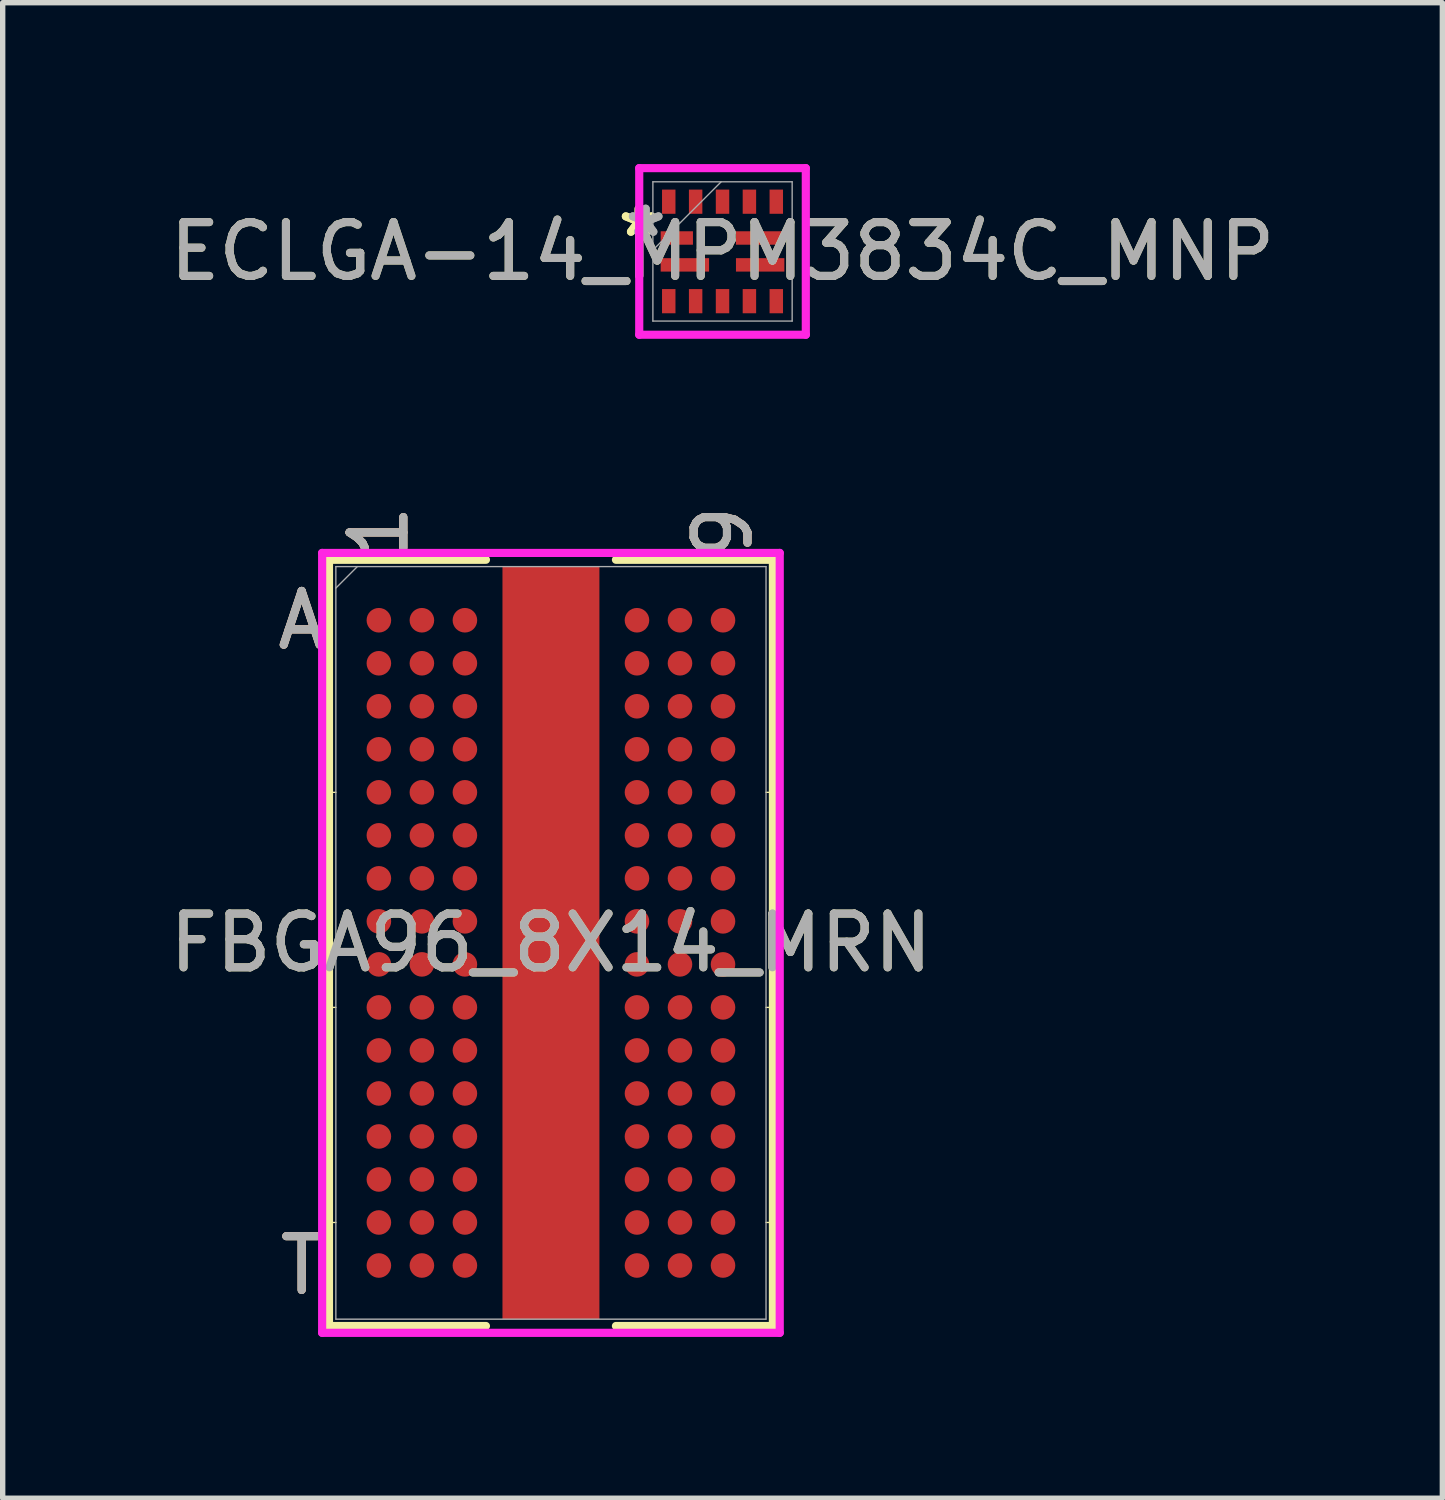
<source format=kicad_pcb>
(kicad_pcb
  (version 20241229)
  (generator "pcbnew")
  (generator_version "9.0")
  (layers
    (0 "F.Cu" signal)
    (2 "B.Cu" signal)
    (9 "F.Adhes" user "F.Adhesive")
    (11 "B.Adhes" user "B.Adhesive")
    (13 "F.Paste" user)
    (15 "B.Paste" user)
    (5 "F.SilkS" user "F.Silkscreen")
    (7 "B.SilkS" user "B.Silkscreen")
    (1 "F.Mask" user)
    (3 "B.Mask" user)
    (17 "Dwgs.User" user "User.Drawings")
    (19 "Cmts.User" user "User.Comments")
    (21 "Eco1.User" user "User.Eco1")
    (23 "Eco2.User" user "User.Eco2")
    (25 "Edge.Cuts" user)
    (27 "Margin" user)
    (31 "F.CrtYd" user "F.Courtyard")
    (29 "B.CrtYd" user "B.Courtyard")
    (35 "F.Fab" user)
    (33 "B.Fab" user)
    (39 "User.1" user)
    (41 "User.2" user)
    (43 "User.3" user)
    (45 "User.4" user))
  (footprint "FBGA96_8X14_MRN"
    (layer "F.Cu")
    (at 7.196 14.485)
    (property "Reference" "FBGA96_8X14_MRN" (at 0 0 0) (unlocked yes) (layer "F.SilkS") (effects (font (size 1 1) (thickness 0.15))))
    (attr smd)
    (fp_line (start -4.128 -7.125) (end -4.128 7.125) (stroke (width 0.152) (type solid)) (layer "F.SilkS"))
    (fp_line (start -4.128 7.125) (end -1.209 7.125) (stroke (width 0.152) (type solid)) (layer "F.SilkS"))
    (fp_line (start -4 -2.8) (end -4.255 -2.8) (stroke (width 0.025) (type solid)) (layer "F.SilkS"))
    (fp_line (start -4 1.2) (end -4.255 1.2) (stroke (width 0.025) (type solid)) (layer "F.SilkS"))
    (fp_line (start -4 5.2) (end -4.255 5.2) (stroke (width 0.025) (type solid)) (layer "F.SilkS"))
    (fp_line (start -1.209 -7.125) (end -4.128 -7.125) (stroke (width 0.152) (type solid)) (layer "F.SilkS"))
    (fp_line (start 1.209 7.125) (end 4.128 7.125) (stroke (width 0.152) (type solid)) (layer "F.SilkS"))
    (fp_line (start 4 -2.8) (end 4.255 -2.8) (stroke (width 0.025) (type solid)) (layer "F.SilkS"))
    (fp_line (start 4 1.2) (end 4.255 1.2) (stroke (width 0.025) (type solid)) (layer "F.SilkS"))
    (fp_line (start 4 5.2) (end 4.255 5.2) (stroke (width 0.025) (type solid)) (layer "F.SilkS"))
    (fp_line (start 4.128 -7.125) (end 1.209 -7.125) (stroke (width 0.152) (type solid)) (layer "F.SilkS"))
    (fp_line (start 4.128 7.125) (end 4.128 -7.125) (stroke (width 0.152) (type solid)) (layer "F.SilkS"))
    (fp_poly (pts (xy -0.802 -6.898) (xy -0.802 -5.825) (xy 0.802 -5.825) (xy 0.802 -6.898)) (stroke (width 0) (type solid)) (fill yes) (layer "F.Paste"))
    (fp_poly (pts (xy -0.802 -5.625) (xy -0.802 -4.553) (xy 0.802 -4.553) (xy 0.802 -5.625)) (stroke (width 0) (type solid)) (fill yes) (layer "F.Paste"))
    (fp_poly (pts (xy -0.802 -4.353) (xy -0.802 -3.281) (xy 0.802 -3.281) (xy 0.802 -4.353)) (stroke (width 0) (type solid)) (fill yes) (layer "F.Paste"))
    (fp_poly (pts (xy -0.802 -3.081) (xy -0.802 -2.008) (xy 0.802 -2.008) (xy 0.802 -3.081)) (stroke (width 0) (type solid)) (fill yes) (layer "F.Paste"))
    (fp_poly (pts (xy -0.802 -1.808) (xy -0.802 -0.736) (xy 0.802 -0.736) (xy 0.802 -1.808)) (stroke (width 0) (type solid)) (fill yes) (layer "F.Paste"))
    (fp_poly (pts (xy -0.802 -0.536) (xy -0.802 0.536) (xy 0.802 0.536) (xy 0.802 -0.536)) (stroke (width 0) (type solid)) (fill yes) (layer "F.Paste"))
    (fp_poly (pts (xy -0.802 0.736) (xy -0.802 1.808) (xy 0.802 1.808) (xy 0.802 0.736)) (stroke (width 0) (type solid)) (fill yes) (layer "F.Paste"))
    (fp_poly (pts (xy -0.802 2.008) (xy -0.802 3.081) (xy 0.802 3.081) (xy 0.802 2.008)) (stroke (width 0) (type solid)) (fill yes) (layer "F.Paste"))
    (fp_poly (pts (xy -0.802 3.281) (xy -0.802 4.353) (xy 0.802 4.353) (xy 0.802 3.281)) (stroke (width 0) (type solid)) (fill yes) (layer "F.Paste"))
    (fp_poly (pts (xy -0.802 4.553) (xy -0.802 5.625) (xy 0.802 5.625) (xy 0.802 4.553)) (stroke (width 0) (type solid)) (fill yes) (layer "F.Paste"))
    (fp_poly (pts (xy -0.802 5.825) (xy -0.802 6.898) (xy 0.802 6.898) (xy 0.802 5.825)) (stroke (width 0) (type solid)) (fill yes) (layer "F.Paste"))
    (fp_poly (pts (xy -4.045 -6.844) (xy 4.045 -6.844) (xy 4.045 6.844) (xy -4.045 6.844)) (stroke (width 0.1) (type solid)) (fill no) (layer "Eco2.User"))
    (fp_line (start -4.255 -7.252) (end 4.255 -7.252) (stroke (width 0.152) (type solid)) (layer "F.CrtYd"))
    (fp_line (start -4.255 7.252) (end -4.255 -7.252) (stroke (width 0.152) (type solid)) (layer "F.CrtYd"))
    (fp_line (start 4.255 -7.252) (end 4.255 7.252) (stroke (width 0.152) (type solid)) (layer "F.CrtYd"))
    (fp_line (start 4.255 7.252) (end -4.255 7.252) (stroke (width 0.152) (type solid)) (layer "F.CrtYd"))
    (fp_line (start -4 -6.998) (end -4 6.998) (stroke (width 0.025) (type solid)) (layer "F.Fab"))
    (fp_line (start -4 6.998) (end 4 6.998) (stroke (width 0.025) (type solid)) (layer "F.Fab"))
    (fp_line (start -3.6 -6.998) (end -4 -6.598) (stroke (width 0.025) (type solid)) (layer "F.Fab"))
    (fp_line (start 4 -6.998) (end -4 -6.998) (stroke (width 0.025) (type solid)) (layer "F.Fab"))
    (fp_line (start 4 6.998) (end 4 -6.998) (stroke (width 0.025) (type solid)) (layer "F.Fab"))
    (fp_text user "1" (at -3.2 -7.633 90) (unlocked yes) (layer "F.SilkS") (effects (font (size 1 1) (thickness 0.15))))
    (fp_text user "9" (at 3.2 -7.633 90) (unlocked yes) (layer "F.SilkS") (effects (font (size 1 1) (thickness 0.15))))
    (fp_text user "A" (at -4.636 -6 0) (unlocked yes) (layer "F.SilkS") (effects (font (size 1 1) (thickness 0.15))))
    (fp_text user "T" (at -4.636 6 0) (unlocked yes) (layer "F.SilkS") (effects (font (size 1 1) (thickness 0.15))))
    (fp_text user "A" (at -4.636 -6 0) (unlocked yes) (layer "B.SilkS") (effects (font (size 1 1) (thickness 0.15))))
    (fp_text user "1" (at -3.2 -7.633 90) (unlocked yes) (layer "B.SilkS") (effects (font (size 1 1) (thickness 0.15))))
    (fp_text user "9" (at 3.2 -7.633 90) (unlocked yes) (layer "B.SilkS") (effects (font (size 1 1) (thickness 0.15))))
    (fp_text user "T" (at -4.636 6 0) (unlocked yes) (layer "B.SilkS") (effects (font (size 1 1) (thickness 0.15))))
    (fp_text user "T" (at -4.636 6 0) (unlocked yes) (layer "F.Fab") (effects (font (size 1 1) (thickness 0.15))))
    (fp_text user "A" (at -4.636 -6 0) (unlocked yes) (layer "F.Fab") (effects (font (size 1 1) (thickness 0.15))))
    (fp_text user "9" (at 3.2 -7.633 90) (unlocked yes) (layer "F.Fab") (effects (font (size 1 1) (thickness 0.15))))
    (fp_text user "1" (at -3.2 -7.633 90) (unlocked yes) (layer "F.Fab") (effects (font (size 1 1) (thickness 0.15))))
    (fp_text user "${REFERENCE}" (at 0 0 0) (unlocked yes) (layer "F.Fab") (effects (font (size 1 1) (thickness 0.15))))
    (pad "97" smd rect (at 0 0) (size 1.803 13.995) (layers "F.Cu" "F.Mask"))
    (pad "A1" smd circle (at -3.2 -6) (size 0.457 0.457) (layers "F.Cu" "F.Mask" "F.Paste"))
    (pad "A2" smd circle (at -2.4 -6) (size 0.457 0.457) (layers "F.Cu" "F.Mask" "F.Paste"))
    (pad "A3" smd circle (at -1.6 -6) (size 0.457 0.457) (layers "F.Cu" "F.Mask" "F.Paste"))
    (pad "A7" smd circle (at 1.6 -6) (size 0.457 0.457) (layers "F.Cu" "F.Mask" "F.Paste"))
    (pad "A8" smd circle (at 2.4 -6) (size 0.457 0.457) (layers "F.Cu" "F.Mask" "F.Paste"))
    (pad "A9" smd circle (at 3.2 -6) (size 0.457 0.457) (layers "F.Cu" "F.Mask" "F.Paste"))
    (pad "B1" smd circle (at -3.2 -5.2) (size 0.457 0.457) (layers "F.Cu" "F.Mask" "F.Paste"))
    (pad "B2" smd circle (at -2.4 -5.2) (size 0.457 0.457) (layers "F.Cu" "F.Mask" "F.Paste"))
    (pad "B3" smd circle (at -1.6 -5.2) (size 0.457 0.457) (layers "F.Cu" "F.Mask" "F.Paste"))
    (pad "B7" smd circle (at 1.6 -5.2) (size 0.457 0.457) (layers "F.Cu" "F.Mask" "F.Paste"))
    (pad "B8" smd circle (at 2.4 -5.2) (size 0.457 0.457) (layers "F.Cu" "F.Mask" "F.Paste"))
    (pad "B9" smd circle (at 3.2 -5.2) (size 0.457 0.457) (layers "F.Cu" "F.Mask" "F.Paste"))
    (pad "C1" smd circle (at -3.2 -4.4) (size 0.457 0.457) (layers "F.Cu" "F.Mask" "F.Paste"))
    (pad "C2" smd circle (at -2.4 -4.4) (size 0.457 0.457) (layers "F.Cu" "F.Mask" "F.Paste"))
    (pad "C3" smd circle (at -1.6 -4.4) (size 0.457 0.457) (layers "F.Cu" "F.Mask" "F.Paste"))
    (pad "C7" smd circle (at 1.6 -4.4) (size 0.457 0.457) (layers "F.Cu" "F.Mask" "F.Paste"))
    (pad "C8" smd circle (at 2.4 -4.4) (size 0.457 0.457) (layers "F.Cu" "F.Mask" "F.Paste"))
    (pad "C9" smd circle (at 3.2 -4.4) (size 0.457 0.457) (layers "F.Cu" "F.Mask" "F.Paste"))
    (pad "D1" smd circle (at -3.2 -3.6) (size 0.457 0.457) (layers "F.Cu" "F.Mask" "F.Paste"))
    (pad "D2" smd circle (at -2.4 -3.6) (size 0.457 0.457) (layers "F.Cu" "F.Mask" "F.Paste"))
    (pad "D3" smd circle (at -1.6 -3.6) (size 0.457 0.457) (layers "F.Cu" "F.Mask" "F.Paste"))
    (pad "D7" smd circle (at 1.6 -3.6) (size 0.457 0.457) (layers "F.Cu" "F.Mask" "F.Paste"))
    (pad "D8" smd circle (at 2.4 -3.6) (size 0.457 0.457) (layers "F.Cu" "F.Mask" "F.Paste"))
    (pad "D9" smd circle (at 3.2 -3.6) (size 0.457 0.457) (layers "F.Cu" "F.Mask" "F.Paste"))
    (pad "E1" smd circle (at -3.2 -2.8) (size 0.457 0.457) (layers "F.Cu" "F.Mask" "F.Paste"))
    (pad "E2" smd circle (at -2.4 -2.8) (size 0.457 0.457) (layers "F.Cu" "F.Mask" "F.Paste"))
    (pad "E3" smd circle (at -1.6 -2.8) (size 0.457 0.457) (layers "F.Cu" "F.Mask" "F.Paste"))
    (pad "E7" smd circle (at 1.6 -2.8) (size 0.457 0.457) (layers "F.Cu" "F.Mask" "F.Paste"))
    (pad "E8" smd circle (at 2.4 -2.8) (size 0.457 0.457) (layers "F.Cu" "F.Mask" "F.Paste"))
    (pad "E9" smd circle (at 3.2 -2.8) (size 0.457 0.457) (layers "F.Cu" "F.Mask" "F.Paste"))
    (pad "F1" smd circle (at -3.2 -2) (size 0.457 0.457) (layers "F.Cu" "F.Mask" "F.Paste"))
    (pad "F2" smd circle (at -2.4 -2) (size 0.457 0.457) (layers "F.Cu" "F.Mask" "F.Paste"))
    (pad "F3" smd circle (at -1.6 -2) (size 0.457 0.457) (layers "F.Cu" "F.Mask" "F.Paste"))
    (pad "F7" smd circle (at 1.6 -2) (size 0.457 0.457) (layers "F.Cu" "F.Mask" "F.Paste"))
    (pad "F8" smd circle (at 2.4 -2) (size 0.457 0.457) (layers "F.Cu" "F.Mask" "F.Paste"))
    (pad "F9" smd circle (at 3.2 -2) (size 0.457 0.457) (layers "F.Cu" "F.Mask" "F.Paste"))
    (pad "G1" smd circle (at -3.2 -1.2) (size 0.457 0.457) (layers "F.Cu" "F.Mask" "F.Paste"))
    (pad "G2" smd circle (at -2.4 -1.2) (size 0.457 0.457) (layers "F.Cu" "F.Mask" "F.Paste"))
    (pad "G3" smd circle (at -1.6 -1.2) (size 0.457 0.457) (layers "F.Cu" "F.Mask" "F.Paste"))
    (pad "G7" smd circle (at 1.6 -1.2) (size 0.457 0.457) (layers "F.Cu" "F.Mask" "F.Paste"))
    (pad "G8" smd circle (at 2.4 -1.2) (size 0.457 0.457) (layers "F.Cu" "F.Mask" "F.Paste"))
    (pad "G9" smd circle (at 3.2 -1.2) (size 0.457 0.457) (layers "F.Cu" "F.Mask" "F.Paste"))
    (pad "H1" smd circle (at -3.2 -0.4) (size 0.457 0.457) (layers "F.Cu" "F.Mask" "F.Paste"))
    (pad "H2" smd circle (at -2.4 -0.4) (size 0.457 0.457) (layers "F.Cu" "F.Mask" "F.Paste"))
    (pad "H3" smd circle (at -1.6 -0.4) (size 0.457 0.457) (layers "F.Cu" "F.Mask" "F.Paste"))
    (pad "H7" smd circle (at 1.6 -0.4) (size 0.457 0.457) (layers "F.Cu" "F.Mask" "F.Paste"))
    (pad "H8" smd circle (at 2.4 -0.4) (size 0.457 0.457) (layers "F.Cu" "F.Mask" "F.Paste"))
    (pad "H9" smd circle (at 3.2 -0.4) (size 0.457 0.457) (layers "F.Cu" "F.Mask" "F.Paste"))
    (pad "J1" smd circle (at -3.2 0.4) (size 0.457 0.457) (layers "F.Cu" "F.Mask" "F.Paste"))
    (pad "J2" smd circle (at -2.4 0.4) (size 0.457 0.457) (layers "F.Cu" "F.Mask" "F.Paste"))
    (pad "J3" smd circle (at -1.6 0.4) (size 0.457 0.457) (layers "F.Cu" "F.Mask" "F.Paste"))
    (pad "J7" smd circle (at 1.6 0.4) (size 0.457 0.457) (layers "F.Cu" "F.Mask" "F.Paste"))
    (pad "J8" smd circle (at 2.4 0.4) (size 0.457 0.457) (layers "F.Cu" "F.Mask" "F.Paste"))
    (pad "J9" smd circle (at 3.2 0.4) (size 0.457 0.457) (layers "F.Cu" "F.Mask" "F.Paste"))
    (pad "K1" smd circle (at -3.2 1.2) (size 0.457 0.457) (layers "F.Cu" "F.Mask" "F.Paste"))
    (pad "K2" smd circle (at -2.4 1.2) (size 0.457 0.457) (layers "F.Cu" "F.Mask" "F.Paste"))
    (pad "K3" smd circle (at -1.6 1.2) (size 0.457 0.457) (layers "F.Cu" "F.Mask" "F.Paste"))
    (pad "K7" smd circle (at 1.6 1.2) (size 0.457 0.457) (layers "F.Cu" "F.Mask" "F.Paste"))
    (pad "K8" smd circle (at 2.4 1.2) (size 0.457 0.457) (layers "F.Cu" "F.Mask" "F.Paste"))
    (pad "K9" smd circle (at 3.2 1.2) (size 0.457 0.457) (layers "F.Cu" "F.Mask" "F.Paste"))
    (pad "L1" smd circle (at -3.2 2) (size 0.457 0.457) (layers "F.Cu" "F.Mask" "F.Paste"))
    (pad "L2" smd circle (at -2.4 2) (size 0.457 0.457) (layers "F.Cu" "F.Mask" "F.Paste"))
    (pad "L3" smd circle (at -1.6 2) (size 0.457 0.457) (layers "F.Cu" "F.Mask" "F.Paste"))
    (pad "L7" smd circle (at 1.6 2) (size 0.457 0.457) (layers "F.Cu" "F.Mask" "F.Paste"))
    (pad "L8" smd circle (at 2.4 2) (size 0.457 0.457) (layers "F.Cu" "F.Mask" "F.Paste"))
    (pad "L9" smd circle (at 3.2 2) (size 0.457 0.457) (layers "F.Cu" "F.Mask" "F.Paste"))
    (pad "M1" smd circle (at -3.2 2.8) (size 0.457 0.457) (layers "F.Cu" "F.Mask" "F.Paste"))
    (pad "M2" smd circle (at -2.4 2.8) (size 0.457 0.457) (layers "F.Cu" "F.Mask" "F.Paste"))
    (pad "M3" smd circle (at -1.6 2.8) (size 0.457 0.457) (layers "F.Cu" "F.Mask" "F.Paste"))
    (pad "M7" smd circle (at 1.6 2.8) (size 0.457 0.457) (layers "F.Cu" "F.Mask" "F.Paste"))
    (pad "M8" smd circle (at 2.4 2.8) (size 0.457 0.457) (layers "F.Cu" "F.Mask" "F.Paste"))
    (pad "M9" smd circle (at 3.2 2.8) (size 0.457 0.457) (layers "F.Cu" "F.Mask" "F.Paste"))
    (pad "N1" smd circle (at -3.2 3.6) (size 0.457 0.457) (layers "F.Cu" "F.Mask" "F.Paste"))
    (pad "N2" smd circle (at -2.4 3.6) (size 0.457 0.457) (layers "F.Cu" "F.Mask" "F.Paste"))
    (pad "N3" smd circle (at -1.6 3.6) (size 0.457 0.457) (layers "F.Cu" "F.Mask" "F.Paste"))
    (pad "N7" smd circle (at 1.6 3.6) (size 0.457 0.457) (layers "F.Cu" "F.Mask" "F.Paste"))
    (pad "N8" smd circle (at 2.4 3.6) (size 0.457 0.457) (layers "F.Cu" "F.Mask" "F.Paste"))
    (pad "N9" smd circle (at 3.2 3.6) (size 0.457 0.457) (layers "F.Cu" "F.Mask" "F.Paste"))
    (pad "P1" smd circle (at -3.2 4.4) (size 0.457 0.457) (layers "F.Cu" "F.Mask" "F.Paste"))
    (pad "P2" smd circle (at -2.4 4.4) (size 0.457 0.457) (layers "F.Cu" "F.Mask" "F.Paste"))
    (pad "P3" smd circle (at -1.6 4.4) (size 0.457 0.457) (layers "F.Cu" "F.Mask" "F.Paste"))
    (pad "P7" smd circle (at 1.6 4.4) (size 0.457 0.457) (layers "F.Cu" "F.Mask" "F.Paste"))
    (pad "P8" smd circle (at 2.4 4.4) (size 0.457 0.457) (layers "F.Cu" "F.Mask" "F.Paste"))
    (pad "P9" smd circle (at 3.2 4.4) (size 0.457 0.457) (layers "F.Cu" "F.Mask" "F.Paste"))
    (pad "R1" smd circle (at -3.2 5.2) (size 0.457 0.457) (layers "F.Cu" "F.Mask" "F.Paste"))
    (pad "R2" smd circle (at -2.4 5.2) (size 0.457 0.457) (layers "F.Cu" "F.Mask" "F.Paste"))
    (pad "R3" smd circle (at -1.6 5.2) (size 0.457 0.457) (layers "F.Cu" "F.Mask" "F.Paste"))
    (pad "R7" smd circle (at 1.6 5.2) (size 0.457 0.457) (layers "F.Cu" "F.Mask" "F.Paste"))
    (pad "R8" smd circle (at 2.4 5.2) (size 0.457 0.457) (layers "F.Cu" "F.Mask" "F.Paste"))
    (pad "R9" smd circle (at 3.2 5.2) (size 0.457 0.457) (layers "F.Cu" "F.Mask" "F.Paste"))
    (pad "T1" smd circle (at -3.2 6) (size 0.457 0.457) (layers "F.Cu" "F.Mask" "F.Paste"))
    (pad "T2" smd circle (at -2.4 6) (size 0.457 0.457) (layers "F.Cu" "F.Mask" "F.Paste"))
    (pad "T3" smd circle (at -1.6 6) (size 0.457 0.457) (layers "F.Cu" "F.Mask" "F.Paste"))
    (pad "T7" smd circle (at 1.6 6) (size 0.457 0.457) (layers "F.Cu" "F.Mask" "F.Paste"))
    (pad "T8" smd circle (at 2.4 6) (size 0.457 0.457) (layers "F.Cu" "F.Mask" "F.Paste"))
    (pad "T9" smd circle (at 3.2 6) (size 0.457 0.457) (layers "F.Cu" "F.Mask" "F.Paste")))
  (footprint "ECLGA-14_MPM3834C_MNP"
    (layer "F.Cu")
    (at 10.387 1.626)
    (property "Reference" "ECLGA-14_MPM3834C_MNP" (at 0 0 0) (unlocked yes) (layer "F.SilkS") (effects (font (size 1 1) (thickness 0.15))))
    (attr smd)
    (fp_line (start -1.549 -1.549) (end -1.549 1.549) (stroke (width 0.152) (type solid)) (layer "F.CrtYd"))
    (fp_line (start -1.549 1.549) (end 1.549 1.549) (stroke (width 0.152) (type solid)) (layer "F.CrtYd"))
    (fp_line (start 1.549 -1.549) (end -1.549 -1.549) (stroke (width 0.152) (type solid)) (layer "F.CrtYd"))
    (fp_line (start 1.549 1.549) (end 1.549 -1.549) (stroke (width 0.152) (type solid)) (layer "F.CrtYd"))
    (fp_line (start -1.295 -1.295) (end -1.295 1.295) (stroke (width 0.025) (type solid)) (layer "F.Fab"))
    (fp_line (start -1.295 -0.025) (end -0.025 -1.295) (stroke (width 0.025) (type solid)) (layer "F.Fab"))
    (fp_line (start -1.295 1.295) (end 1.295 1.295) (stroke (width 0.025) (type solid)) (layer "F.Fab"))
    (fp_line (start 1.295 -1.295) (end -1.295 -1.295) (stroke (width 0.025) (type solid)) (layer "F.Fab"))
    (fp_line (start 1.295 1.295) (end 1.295 -1.295) (stroke (width 0.025) (type solid)) (layer "F.Fab"))
    (fp_text user "*" (at -1.56 -0.25 0) (unlocked yes) (layer "F.SilkS") (effects (font (size 1 1) (thickness 0.15))))
    (fp_text user "*" (at -1.56 -0.25 0) (layer "F.SilkS") (effects (font (size 1 1) (thickness 0.15))))
    (fp_text user "*" (at -1.429 -0.25 0) (unlocked yes) (layer "F.Fab") (effects (font (size 1 1) (thickness 0.15))))
    (fp_text user "${REFERENCE}" (at 0 0 0) (unlocked yes) (layer "F.Fab") (effects (font (size 1 1) (thickness 0.15))))
    (fp_text user "*" (at -1.429 -0.25 0) (layer "F.Fab") (effects (font (size 1 1) (thickness 0.15))))
    (pad "1" smd rect (at -0.85 -0.25) (size 0.6 0.25) (layers "F.Cu" "F.Mask" "F.Paste"))
    (pad "2" smd rect (at -0.7 0.25) (size 0.9 0.25) (layers "F.Cu" "F.Mask" "F.Paste"))
    (pad "3" smd rect (at -1 0.925 90) (size 0.45 0.25) (layers "F.Cu" "F.Mask" "F.Paste"))
    (pad "4" smd rect (at -0.5 0.925 90) (size 0.45 0.25) (layers "F.Cu" "F.Mask" "F.Paste"))
    (pad "5" smd rect (at 0 0.925 90) (size 0.45 0.25) (layers "F.Cu" "F.Mask" "F.Paste"))
    (pad "6" smd rect (at 0.5 0.925 90) (size 0.45 0.25) (layers "F.Cu" "F.Mask" "F.Paste"))
    (pad "7" smd rect (at 1 0.925 90) (size 0.45 0.25) (layers "F.Cu" "F.Mask" "F.Paste"))
    (pad "8" smd rect (at 0.7 0.25) (size 0.9 0.25) (layers "F.Cu" "F.Mask" "F.Paste"))
    (pad "9" smd rect (at 0.7 -0.25) (size 0.9 0.25) (layers "F.Cu" "F.Mask" "F.Paste"))
    (pad "10" smd rect (at 1 -0.925 90) (size 0.45 0.25) (layers "F.Cu" "F.Mask" "F.Paste"))
    (pad "11" smd rect (at 0.5 -0.925 90) (size 0.45 0.25) (layers "F.Cu" "F.Mask" "F.Paste"))
    (pad "12" smd rect (at 0 -0.925 90) (size 0.45 0.25) (layers "F.Cu" "F.Mask" "F.Paste"))
    (pad "13" smd rect (at -0.5 -0.925 90) (size 0.45 0.25) (layers "F.Cu" "F.Mask" "F.Paste"))
    (pad "14" smd rect (at -1 -0.925 90) (size 0.45 0.25) (layers "F.Cu" "F.Mask" "F.Paste")))
  (gr_rect
    (start -3 -3)
    (end 23.774 24.813)
    (stroke (width 0.1) (type default))
    (fill no)
    (layer "Edge.Cuts")))
</source>
